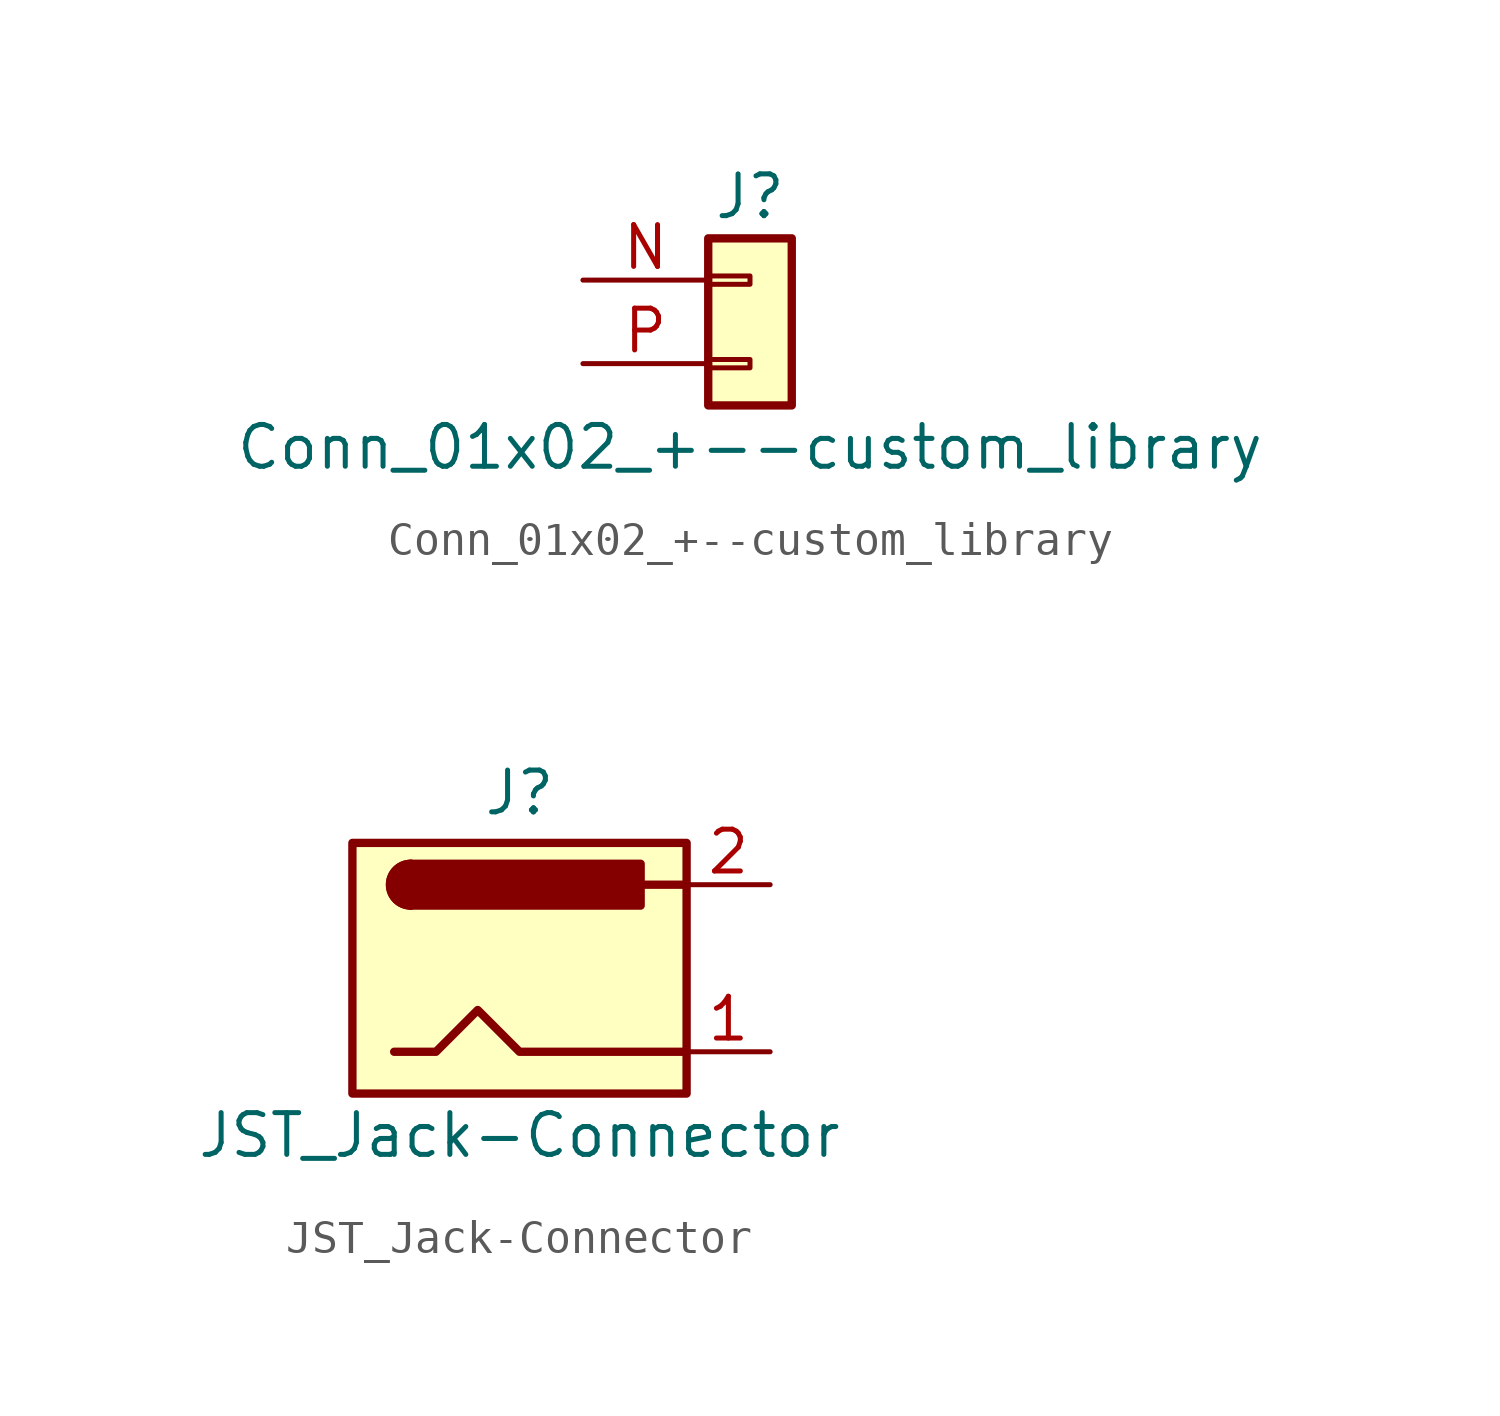
<source format=kicad_sym>
(kicad_symbol_lib
  (version 20211014)
  (generator kicad_symbol_editor)
  (symbol "Conn_01x02_+--custom_library"
    (pin_names
      (offset 1.016) hide)
    (property "Reference" "J"
      (at 0 2.54 0)
      (effects (font (size 1.27 1.27))))
    (property "Value" "Conn_01x02_+--custom_library"
      (at 0 -5.08 0)
      (effects (font (size 1.27 1.27))))
    (symbol "Conn_01x02_+--custom_library_1_1"
      (rectangle (start -1.27 -2.413) (end 0 -2.667) (stroke (width 0.152) (type default) (color 0 0 0 0)) (fill (type none)))
      (rectangle (start -1.27 0.127) (end 0 -0.127) (stroke (width 0.152) (type default) (color 0 0 0 0)) (fill (type none)))
      (rectangle (start -1.27 1.27) (end 1.27 -3.81) (stroke (width 0.254) (type default) (color 0 0 0 0)) (fill (type background)))
      (pin passive line (at -5.08 0 0) (length 3.81) (name "Pin_1" (effects (font (size 1.27 1.27)))) (number "N" (effects (font (size 1.27 1.27)))))
      (pin passive line (at -5.08 -2.54 0) (length 3.81) (name "Pin_2" (effects (font (size 1.27 1.27)))) (number "P" (effects (font (size 1.27 1.27)))))))
  (symbol "JST_Jack-Connector"
    (pin_names
      (offset 1.016))
    (property "Reference" "J"
      (at 0 5.334 0)
      (effects (font (size 1.27 1.27))))
    (property "Value" "JST_Jack-Connector"
      (at 0 -5.08 0)
      (effects (font (size 1.27 1.27))))
    (symbol "JST_Jack-Connector_0_1"
      (rectangle (start -5.08 3.81) (end 5.08 -3.81) (stroke (width 0.254) (type default) (color 0 0 0 0)) (fill (type background)))
      (arc (start -3.302 3.175) (mid -3.937 2.54) (end -3.302 1.905) (stroke (width 0.254) (type default) (color 0 0 0 0)) (fill (type none)))
      (arc (start -3.302 3.175) (mid -3.937 2.54) (end -3.302 1.905) (stroke (width 0.254) (type default) (color 0 0 0 0)) (fill (type outline)))
      (polyline (pts (xy 5.08 2.54) (xy 3.81 2.54)) (stroke (width 0.254) (type default) (color 0 0 0 0)) (fill (type none)))
      (polyline (pts (xy -3.81 -2.54) (xy -2.54 -2.54) (xy -1.27 -1.27) (xy 0 -2.54) (xy 2.54 -2.54) (xy 5.08 -2.54)) (stroke (width 0.254) (type default) (color 0 0 0 0)) (fill (type none)))
      (rectangle (start 3.683 3.175) (end -3.302 1.905) (stroke (width 0.254) (type default) (color 0 0 0 0)) (fill (type outline))))
    (symbol "JST_Jack-Connector_1_1"
      (pin passive line (at 7.62 -2.54 180) (length 2.54) (name "~" (effects (font (size 1.27 1.27)))) (number "1" (effects (font (size 1.27 1.27)))))
      (pin passive line (at 7.62 2.54 180) (length 2.54) (name "~" (effects (font (size 1.27 1.27)))) (number "2" (effects (font (size 1.27 1.27))))))))
</source>
